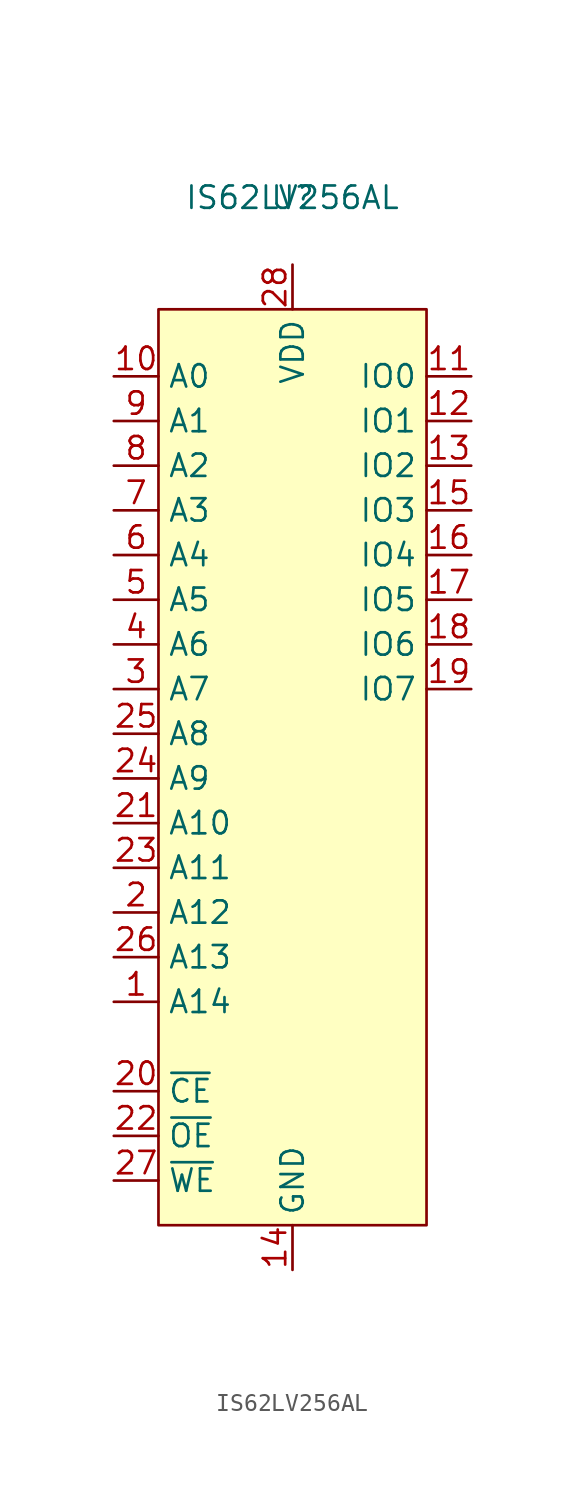
<source format=kicad_sym>
(kicad_symbol_lib
  (version 20231120)
  (generator "kicad_symbol_editor")
  (generator_version "8.0")
  (symbol "IS62LV256AL"
    (property "Reference" "U"
      (at 0 0 0)
      (effects (font (size 1.27 1.27))))
    (property "Value" "IS62LV256AL"
      (at 0 0 0)
      (effects (font (size 1.27 1.27))))
    (symbol "IS62LV256AL_0_0"
      (pin input line (at -10.16 -45.72 0) (length 2.54) (name "A14" (effects (font (size 1.27 1.27)))) (number "1" (effects (font (size 1.27 1.27)))))
      (pin input line (at -10.16 -10.16 0) (length 2.54) (name "A0" (effects (font (size 1.27 1.27)))) (number "10" (effects (font (size 1.27 1.27)))))
      (pin tri_state line (at 10.16 -10.16 180) (length 2.54) (name "IO0" (effects (font (size 1.27 1.27)))) (number "11" (effects (font (size 1.27 1.27)))))
      (pin tri_state line (at 10.16 -12.7 180) (length 2.54) (name "IO1" (effects (font (size 1.27 1.27)))) (number "12" (effects (font (size 1.27 1.27)))))
      (pin tri_state line (at 10.16 -15.24 180) (length 2.54) (name "IO2" (effects (font (size 1.27 1.27)))) (number "13" (effects (font (size 1.27 1.27)))))
      (pin power_in line (at 0 -60.96 90) (length 2.54) (name "GND" (effects (font (size 1.27 1.27)))) (number "14" (effects (font (size 1.27 1.27)))))
      (pin tri_state line (at 10.16 -17.78 180) (length 2.54) (name "IO3" (effects (font (size 1.27 1.27)))) (number "15" (effects (font (size 1.27 1.27)))))
      (pin tri_state line (at 10.16 -20.32 180) (length 2.54) (name "IO4" (effects (font (size 1.27 1.27)))) (number "16" (effects (font (size 1.27 1.27)))))
      (pin tri_state line (at 10.16 -22.86 180) (length 2.54) (name "IO5" (effects (font (size 1.27 1.27)))) (number "17" (effects (font (size 1.27 1.27)))))
      (pin tri_state line (at 10.16 -25.4 180) (length 2.54) (name "IO6" (effects (font (size 1.27 1.27)))) (number "18" (effects (font (size 1.27 1.27)))))
      (pin tri_state line (at 10.16 -27.94 180) (length 2.54) (name "IO7" (effects (font (size 1.27 1.27)))) (number "19" (effects (font (size 1.27 1.27)))))
      (pin input line (at -10.16 -40.64 0) (length 2.54) (name "A12" (effects (font (size 1.27 1.27)))) (number "2" (effects (font (size 1.27 1.27)))))
      (pin input line (at -10.16 -50.8 0) (length 2.54) (name "~{CE}" (effects (font (size 1.27 1.27)))) (number "20" (effects (font (size 1.27 1.27)))))
      (pin input line (at -10.16 -35.56 0) (length 2.54) (name "A10" (effects (font (size 1.27 1.27)))) (number "21" (effects (font (size 1.27 1.27)))))
      (pin input line (at -10.16 -53.34 0) (length 2.54) (name "~{OE}" (effects (font (size 1.27 1.27)))) (number "22" (effects (font (size 1.27 1.27)))))
      (pin input line (at -10.16 -38.1 0) (length 2.54) (name "A11" (effects (font (size 1.27 1.27)))) (number "23" (effects (font (size 1.27 1.27)))))
      (pin input line (at -10.16 -33.02 0) (length 2.54) (name "A9" (effects (font (size 1.27 1.27)))) (number "24" (effects (font (size 1.27 1.27)))))
      (pin input line (at -10.16 -30.48 0) (length 2.54) (name "A8" (effects (font (size 1.27 1.27)))) (number "25" (effects (font (size 1.27 1.27)))))
      (pin input line (at -10.16 -43.18 0) (length 2.54) (name "A13" (effects (font (size 1.27 1.27)))) (number "26" (effects (font (size 1.27 1.27)))))
      (pin input line (at -10.16 -55.88 0) (length 2.54) (name "~{WE}" (effects (font (size 1.27 1.27)))) (number "27" (effects (font (size 1.27 1.27)))))
      (pin power_in line (at 0 -3.81 270) (length 2.54) (name "VDD" (effects (font (size 1.27 1.27)))) (number "28" (effects (font (size 1.27 1.27)))))
      (pin input line (at -10.16 -27.94 0) (length 2.54) (name "A7" (effects (font (size 1.27 1.27)))) (number "3" (effects (font (size 1.27 1.27)))))
      (pin input line (at -10.16 -25.4 0) (length 2.54) (name "A6" (effects (font (size 1.27 1.27)))) (number "4" (effects (font (size 1.27 1.27)))))
      (pin input line (at -10.16 -22.86 0) (length 2.54) (name "A5" (effects (font (size 1.27 1.27)))) (number "5" (effects (font (size 1.27 1.27)))))
      (pin input line (at -10.16 -20.32 0) (length 2.54) (name "A4" (effects (font (size 1.27 1.27)))) (number "6" (effects (font (size 1.27 1.27)))))
      (pin input line (at -10.16 -17.78 0) (length 2.54) (name "A3" (effects (font (size 1.27 1.27)))) (number "7" (effects (font (size 1.27 1.27)))))
      (pin input line (at -10.16 -15.24 0) (length 2.54) (name "A2" (effects (font (size 1.27 1.27)))) (number "8" (effects (font (size 1.27 1.27)))))
      (pin input line (at -10.16 -12.7 0) (length 2.54) (name "A1" (effects (font (size 1.27 1.27)))) (number "9" (effects (font (size 1.27 1.27))))))
    (symbol "IS62LV256AL_1_1"
      (rectangle (start -7.62 -6.35) (end 7.62 -58.42) (stroke (width 0) (type default)) (fill (type background))))))
</source>
